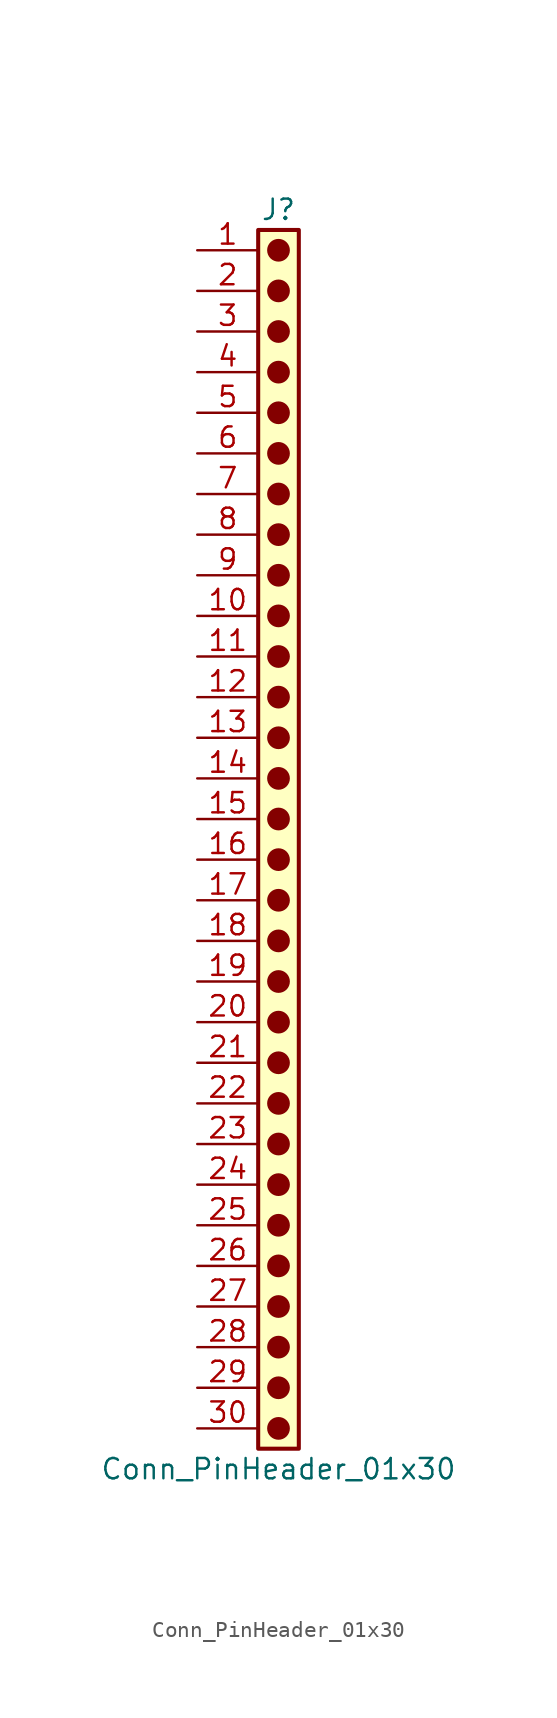
<source format=kicad_sym>
(kicad_symbol_lib
  (version 20241209)
  (generator "kicad_symbol_editor")
  (generator_version "9.0")
  (symbol "Conn_PinHeader_01x30"
    (pin_names
      (offset 1.016)
      (hide yes))
    (property "Reference" "J"
      (at 0 38.1 0)
      (effects (font (size 1.27 1.27))))
    (property "Value" "Conn_PinHeader_01x30"
      (at 0 -40.64 0)
      (effects (font (size 1.27 1.27))))
    (symbol "Conn_PinHeader_01x30_1_1"
      (rectangle (start -1.27 36.83) (end 1.27 -39.37) (stroke (width 0.254) (type default)) (fill (type background)))
      (circle (center 0 35.56) (radius 0.635) (stroke (width 0) (type solid) (color 132 0 0 1)) (fill (type outline)))
      (circle (center 0 33.02) (radius 0.635) (stroke (width 0) (type solid) (color 132 0 0 1)) (fill (type outline)))
      (circle (center 0 30.48) (radius 0.635) (stroke (width 0) (type solid) (color 132 0 0 1)) (fill (type outline)))
      (circle (center 0 27.94) (radius 0.635) (stroke (width 0) (type solid) (color 132 0 0 1)) (fill (type outline)))
      (circle (center 0 25.4) (radius 0.635) (stroke (width 0) (type solid) (color 132 0 0 1)) (fill (type outline)))
      (circle (center 0 22.86) (radius 0.635) (stroke (width 0) (type solid) (color 132 0 0 1)) (fill (type outline)))
      (circle (center 0 20.32) (radius 0.635) (stroke (width 0) (type solid) (color 132 0 0 1)) (fill (type outline)))
      (circle (center 0 17.78) (radius 0.635) (stroke (width 0) (type solid) (color 132 0 0 1)) (fill (type outline)))
      (circle (center 0 15.24) (radius 0.635) (stroke (width 0) (type solid) (color 132 0 0 1)) (fill (type outline)))
      (circle (center 0 12.7) (radius 0.635) (stroke (width 0) (type solid) (color 132 0 0 1)) (fill (type outline)))
      (circle (center 0 10.16) (radius 0.635) (stroke (width 0) (type solid) (color 132 0 0 1)) (fill (type outline)))
      (circle (center 0 7.62) (radius 0.635) (stroke (width 0) (type solid) (color 132 0 0 1)) (fill (type outline)))
      (circle (center 0 5.08) (radius 0.635) (stroke (width 0) (type solid) (color 132 0 0 1)) (fill (type outline)))
      (circle (center 0 2.54) (radius 0.635) (stroke (width 0) (type solid) (color 132 0 0 1)) (fill (type outline)))
      (circle (center 0 0) (radius 0.635) (stroke (width 0) (type solid) (color 132 0 0 1)) (fill (type outline)))
      (circle (center 0 -2.54) (radius 0.635) (stroke (width 0) (type solid) (color 132 0 0 1)) (fill (type outline)))
      (circle (center 0 -5.08) (radius 0.635) (stroke (width 0) (type solid) (color 132 0 0 1)) (fill (type outline)))
      (circle (center 0 -7.62) (radius 0.635) (stroke (width 0) (type solid) (color 132 0 0 1)) (fill (type outline)))
      (circle (center 0 -10.16) (radius 0.635) (stroke (width 0) (type solid) (color 132 0 0 1)) (fill (type outline)))
      (circle (center 0 -12.7) (radius 0.635) (stroke (width 0) (type solid) (color 132 0 0 1)) (fill (type outline)))
      (circle (center 0 -15.24) (radius 0.635) (stroke (width 0) (type solid) (color 132 0 0 1)) (fill (type outline)))
      (circle (center 0 -17.78) (radius 0.635) (stroke (width 0) (type solid) (color 132 0 0 1)) (fill (type outline)))
      (circle (center 0 -20.32) (radius 0.635) (stroke (width 0) (type solid) (color 132 0 0 1)) (fill (type outline)))
      (circle (center 0 -22.86) (radius 0.635) (stroke (width 0) (type solid) (color 132 0 0 1)) (fill (type outline)))
      (circle (center 0 -25.4) (radius 0.635) (stroke (width 0) (type solid) (color 132 0 0 1)) (fill (type outline)))
      (circle (center 0 -27.94) (radius 0.635) (stroke (width 0) (type solid) (color 132 0 0 1)) (fill (type outline)))
      (circle (center 0 -30.48) (radius 0.635) (stroke (width 0) (type solid) (color 132 0 0 1)) (fill (type outline)))
      (circle (center 0 -33.02) (radius 0.635) (stroke (width 0) (type solid) (color 132 0 0 1)) (fill (type outline)))
      (circle (center 0 -35.56) (radius 0.635) (stroke (width 0) (type solid) (color 132 0 0 1)) (fill (type outline)))
      (circle (center 0 -38.1) (radius 0.635) (stroke (width 0) (type solid) (color 132 0 0 1)) (fill (type outline)))
      (pin passive line (at -5.08 35.56 0) (length 3.81) (name "Pin_1" (effects (font (size 1.27 1.27)))) (number "1" (effects (font (size 1.27 1.27)))))
      (pin passive line (at -5.08 33.02 0) (length 3.81) (name "Pin_2" (effects (font (size 1.27 1.27)))) (number "2" (effects (font (size 1.27 1.27)))))
      (pin passive line (at -5.08 30.48 0) (length 3.81) (name "Pin_3" (effects (font (size 1.27 1.27)))) (number "3" (effects (font (size 1.27 1.27)))))
      (pin passive line (at -5.08 27.94 0) (length 3.81) (name "Pin_4" (effects (font (size 1.27 1.27)))) (number "4" (effects (font (size 1.27 1.27)))))
      (pin passive line (at -5.08 25.4 0) (length 3.81) (name "Pin_5" (effects (font (size 1.27 1.27)))) (number "5" (effects (font (size 1.27 1.27)))))
      (pin passive line (at -5.08 22.86 0) (length 3.81) (name "Pin_6" (effects (font (size 1.27 1.27)))) (number "6" (effects (font (size 1.27 1.27)))))
      (pin passive line (at -5.08 20.32 0) (length 3.81) (name "Pin_7" (effects (font (size 1.27 1.27)))) (number "7" (effects (font (size 1.27 1.27)))))
      (pin passive line (at -5.08 17.78 0) (length 3.81) (name "Pin_8" (effects (font (size 1.27 1.27)))) (number "8" (effects (font (size 1.27 1.27)))))
      (pin passive line (at -5.08 15.24 0) (length 3.81) (name "Pin_9" (effects (font (size 1.27 1.27)))) (number "9" (effects (font (size 1.27 1.27)))))
      (pin passive line (at -5.08 12.7 0) (length 3.81) (name "Pin_10" (effects (font (size 1.27 1.27)))) (number "10" (effects (font (size 1.27 1.27)))))
      (pin passive line (at -5.08 10.16 0) (length 3.81) (name "Pin_11" (effects (font (size 1.27 1.27)))) (number "11" (effects (font (size 1.27 1.27)))))
      (pin passive line (at -5.08 7.62 0) (length 3.81) (name "Pin_12" (effects (font (size 1.27 1.27)))) (number "12" (effects (font (size 1.27 1.27)))))
      (pin passive line (at -5.08 5.08 0) (length 3.81) (name "Pin_13" (effects (font (size 1.27 1.27)))) (number "13" (effects (font (size 1.27 1.27)))))
      (pin passive line (at -5.08 2.54 0) (length 3.81) (name "Pin_14" (effects (font (size 1.27 1.27)))) (number "14" (effects (font (size 1.27 1.27)))))
      (pin passive line (at -5.08 0 0) (length 3.81) (name "Pin_15" (effects (font (size 1.27 1.27)))) (number "15" (effects (font (size 1.27 1.27)))))
      (pin passive line (at -5.08 -2.54 0) (length 3.81) (name "Pin_16" (effects (font (size 1.27 1.27)))) (number "16" (effects (font (size 1.27 1.27)))))
      (pin passive line (at -5.08 -5.08 0) (length 3.81) (name "Pin_17" (effects (font (size 1.27 1.27)))) (number "17" (effects (font (size 1.27 1.27)))))
      (pin passive line (at -5.08 -7.62 0) (length 3.81) (name "Pin_18" (effects (font (size 1.27 1.27)))) (number "18" (effects (font (size 1.27 1.27)))))
      (pin passive line (at -5.08 -10.16 0) (length 3.81) (name "Pin_19" (effects (font (size 1.27 1.27)))) (number "19" (effects (font (size 1.27 1.27)))))
      (pin passive line (at -5.08 -12.7 0) (length 3.81) (name "Pin_20" (effects (font (size 1.27 1.27)))) (number "20" (effects (font (size 1.27 1.27)))))
      (pin passive line (at -5.08 -15.24 0) (length 3.81) (name "Pin_21" (effects (font (size 1.27 1.27)))) (number "21" (effects (font (size 1.27 1.27)))))
      (pin passive line (at -5.08 -17.78 0) (length 3.81) (name "Pin_22" (effects (font (size 1.27 1.27)))) (number "22" (effects (font (size 1.27 1.27)))))
      (pin passive line (at -5.08 -20.32 0) (length 3.81) (name "Pin_23" (effects (font (size 1.27 1.27)))) (number "23" (effects (font (size 1.27 1.27)))))
      (pin passive line (at -5.08 -22.86 0) (length 3.81) (name "Pin_24" (effects (font (size 1.27 1.27)))) (number "24" (effects (font (size 1.27 1.27)))))
      (pin passive line (at -5.08 -25.4 0) (length 3.81) (name "Pin_25" (effects (font (size 1.27 1.27)))) (number "25" (effects (font (size 1.27 1.27)))))
      (pin passive line (at -5.08 -27.94 0) (length 3.81) (name "Pin_26" (effects (font (size 1.27 1.27)))) (number "26" (effects (font (size 1.27 1.27)))))
      (pin passive line (at -5.08 -30.48 0) (length 3.81) (name "Pin_27" (effects (font (size 1.27 1.27)))) (number "27" (effects (font (size 1.27 1.27)))))
      (pin passive line (at -5.08 -33.02 0) (length 3.81) (name "Pin_28" (effects (font (size 1.27 1.27)))) (number "28" (effects (font (size 1.27 1.27)))))
      (pin passive line (at -5.08 -35.56 0) (length 3.81) (name "Pin_29" (effects (font (size 1.27 1.27)))) (number "29" (effects (font (size 1.27 1.27)))))
      (pin passive line (at -5.08 -38.1 0) (length 3.81) (name "Pin_30" (effects (font (size 1.27 1.27)))) (number "30" (effects (font (size 1.27 1.27))))))))
</source>
